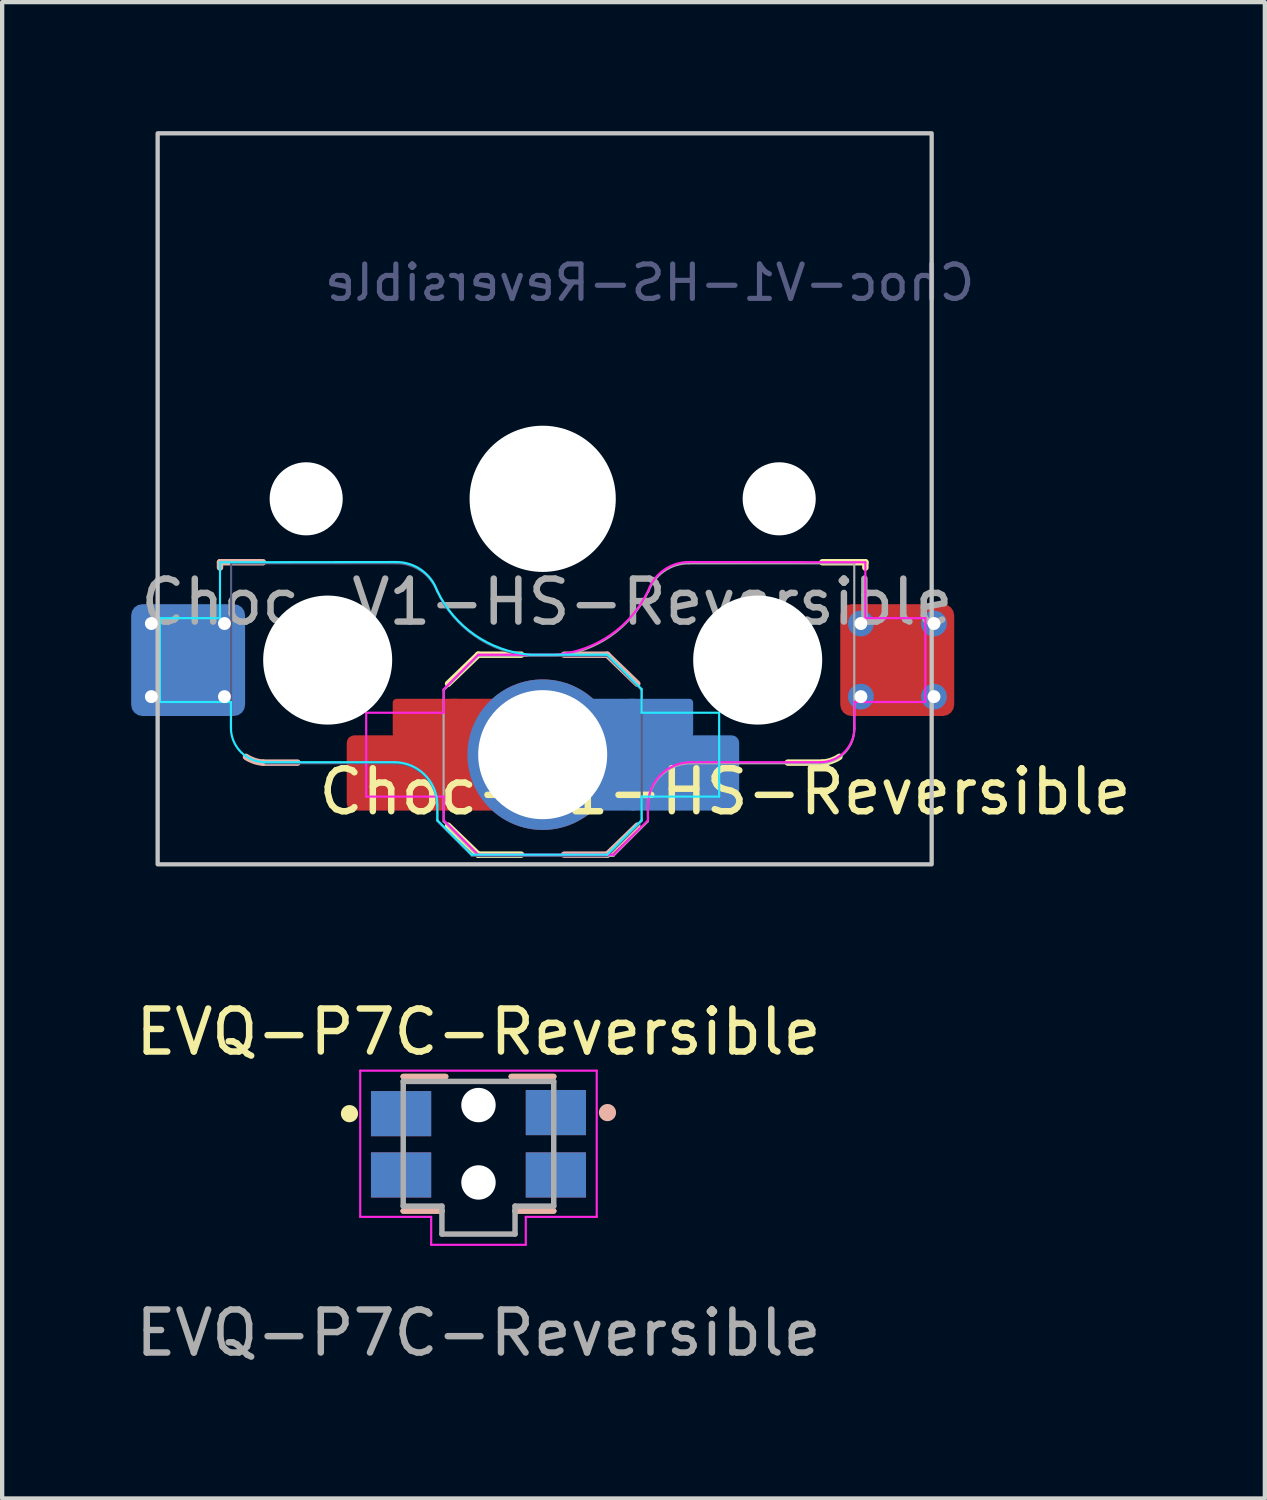
<source format=kicad_pcb>
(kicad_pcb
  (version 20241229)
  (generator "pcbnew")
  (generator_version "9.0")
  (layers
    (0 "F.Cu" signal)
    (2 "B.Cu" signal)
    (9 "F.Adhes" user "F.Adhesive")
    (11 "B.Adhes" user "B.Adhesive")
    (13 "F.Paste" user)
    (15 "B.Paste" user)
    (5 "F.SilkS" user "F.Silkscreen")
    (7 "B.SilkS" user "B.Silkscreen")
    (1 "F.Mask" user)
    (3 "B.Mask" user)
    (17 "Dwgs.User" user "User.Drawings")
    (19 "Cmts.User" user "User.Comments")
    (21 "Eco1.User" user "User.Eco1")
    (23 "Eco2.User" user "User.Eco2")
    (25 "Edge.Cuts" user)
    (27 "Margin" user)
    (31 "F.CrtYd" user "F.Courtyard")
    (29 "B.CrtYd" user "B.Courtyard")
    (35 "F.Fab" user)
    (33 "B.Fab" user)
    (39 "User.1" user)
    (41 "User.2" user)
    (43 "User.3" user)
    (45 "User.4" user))
  (footprint "EVQ-P7C-Reversible"
    (layer "F.Cu")
    (at 8.077 23.548)
    (property "Reference" "EVQ-P7C-Reversible" (at 0 -2.6 0) (unlocked yes) (layer "F.SilkS") (effects (font (size 1 1) (thickness 0.15))))
    (attr smd)
    (fp_line (start -1.75 -1.563) (end -0.763 -1.563) (stroke (width 0.127) (type solid)) (layer "F.SilkS"))
    (fp_line (start -0.85 1.563) (end -1.75 1.563) (stroke (width 0.127) (type solid)) (layer "F.SilkS"))
    (fp_line (start 1.75 -1.563) (end 0.763 -1.563) (stroke (width 0.127) (type solid)) (layer "F.SilkS"))
    (fp_line (start 1.75 1.563) (end 0.85 1.563) (stroke (width 0.127) (type solid)) (layer "F.SilkS"))
    (fp_circle (center -3 -0.7) (end -2.9 -0.7) (stroke (width 0.2) (type solid)) (fill no) (layer "F.SilkS"))
    (fp_line (start -1.75 -1.563) (end -0.763 -1.563) (stroke (width 0.127) (type solid)) (layer "B.SilkS"))
    (fp_line (start -1.75 1.563) (end -0.85 1.563) (stroke (width 0.127) (type solid)) (layer "B.SilkS"))
    (fp_line (start 0.85 1.563) (end 1.75 1.563) (stroke (width 0.127) (type solid)) (layer "B.SilkS"))
    (fp_line (start 1.75 -1.563) (end 0.763 -1.563) (stroke (width 0.127) (type solid)) (layer "B.SilkS"))
    (fp_circle (center 3 -0.725) (end 2.9 -0.725) (stroke (width 0.2) (type solid)) (fill no) (layer "B.SilkS"))
    (fp_line (start -2.75 -1.7) (end 2.75 -1.7) (stroke (width 0.05) (type solid)) (layer "F.CrtYd"))
    (fp_line (start -2.75 1.7) (end -2.75 -1.7) (stroke (width 0.05) (type solid)) (layer "F.CrtYd"))
    (fp_line (start -1.1 1.7) (end -2.75 1.7) (stroke (width 0.05) (type solid)) (layer "F.CrtYd"))
    (fp_line (start -1.1 2.35) (end -1.1 1.7) (stroke (width 0.05) (type solid)) (layer "F.CrtYd"))
    (fp_line (start 1.1 1.7) (end 1.1 2.35) (stroke (width 0.05) (type solid)) (layer "F.CrtYd"))
    (fp_line (start 1.1 2.35) (end -1.1 2.35) (stroke (width 0.05) (type solid)) (layer "F.CrtYd"))
    (fp_line (start 2.75 -1.7) (end 2.75 1.7) (stroke (width 0.05) (type solid)) (layer "F.CrtYd"))
    (fp_line (start 2.75 1.7) (end 1.1 1.7) (stroke (width 0.05) (type solid)) (layer "F.CrtYd"))
    (fp_line (start -1.75 -1.45) (end 1.75 -1.45) (stroke (width 0.127) (type solid)) (layer "F.Fab"))
    (fp_line (start -1.75 1.45) (end -1.75 -1.45) (stroke (width 0.127) (type solid)) (layer "F.Fab"))
    (fp_line (start -0.85 1.45) (end -1.75 1.45) (stroke (width 0.127) (type solid)) (layer "F.Fab"))
    (fp_line (start -0.85 2.1) (end -0.85 1.45) (stroke (width 0.127) (type solid)) (layer "F.Fab"))
    (fp_line (start 0.85 1.45) (end 0.85 2.1) (stroke (width 0.127) (type solid)) (layer "F.Fab"))
    (fp_line (start 0.85 2.1) (end -0.85 2.1) (stroke (width 0.127) (type solid)) (layer "F.Fab"))
    (fp_line (start 1.75 -1.45) (end 1.75 1.45) (stroke (width 0.127) (type solid)) (layer "F.Fab"))
    (fp_line (start 1.75 1.45) (end 0.85 1.45) (stroke (width 0.127) (type solid)) (layer "F.Fab"))
    (fp_text user "${REFERENCE}" (at 0 4.4 0) (unlocked yes) (layer "F.Fab") (effects (font (size 1 1) (thickness 0.15))))
    (pad "" np_thru_hole circle (at 0 -0.9) (size 0.8 0.8) (drill 0.8) (layers "*.Cu" "*.Mask"))
    (pad "" np_thru_hole circle (at 0 0.9) (size 0.8 0.8) (drill 0.8) (layers "*.Cu" "*.Mask"))
    (pad "1" smd rect (at -1.8 -0.7) (size 1.4 1.05) (layers "F.Cu" "F.Mask" "F.Paste"))
    (pad "1" smd rect (at -1.8 -0.7) (size 1.4 1.05) (layers "B.Cu" "B.Mask" "B.Paste"))
    (pad "1" smd rect (at 1.8 -0.725) (size 1.4 1.05) (layers "F.Cu" "F.Mask" "F.Paste"))
    (pad "1" smd rect (at 1.8 -0.725) (size 1.4 1.05) (layers "B.Cu" "B.Mask" "B.Paste"))
    (pad "2" smd rect (at -1.8 0.725) (size 1.4 1.05) (layers "F.Cu" "F.Mask" "F.Paste"))
    (pad "2" smd rect (at -1.8 0.725) (size 1.4 1.05) (layers "B.Cu" "B.Mask" "B.Paste"))
    (pad "2" smd rect (at 1.8 0.725) (size 1.4 1.05) (layers "F.Cu" "F.Mask" "F.Paste"))
    (pad "2" smd rect (at 1.8 0.725) (size 1.4 1.05) (layers "B.Cu" "B.Mask" "B.Paste")))
  (footprint "Choc-V1-HS-Reversible"
    (layer "F.Cu")
    (at 9.57 8.55)
    (property "Reference" "Choc-V1-HS-Reversible" (at 4.24 6.81 0) (unlocked yes) (layer "F.SilkS") (effects (font (size 1 1) (thickness 0.15))))
    (attr through_hole)
    (fp_line (start -2.2 7.6) (end -1.5 8.275) (stroke (width 0.15) (type solid)) (layer "F.SilkS"))
    (fp_line (start -1.5 3.625) (end -2.2 4.3) (stroke (width 0.15) (type solid)) (layer "F.SilkS"))
    (fp_line (start -1.5 3.625) (end -0.5 3.625) (stroke (width 0.15) (type solid)) (layer "F.SilkS"))
    (fp_line (start -1.5 8.275) (end -0.5 8.275) (stroke (width 0.15) (type solid)) (layer "F.SilkS"))
    (fp_line (start 6.502 6.135) (end 5.7 6.135) (stroke (width 0.15) (type default)) (layer "F.SilkS"))
    (fp_line (start 7.504 1.475) (end 6.504 1.475) (stroke (width 0.15) (type solid)) (layer "F.SilkS"))
    (fp_line (start 7.504 1.475) (end 7.504 1.6) (stroke (width 0.15) (type solid)) (layer "F.SilkS"))
    (fp_arc (start 6.899999 5.999999) (mid 6.709776 6.09353) (end 6.501818 6.134591) (stroke (width 0.15) (type solid)) (layer "F.SilkS"))
    (fp_line (start -7.504 1.475) (end -7.504 1.6) (stroke (width 0.15) (type solid)) (layer "B.SilkS"))
    (fp_line (start -7.504 1.475) (end -6.504 1.475) (stroke (width 0.15) (type solid)) (layer "B.SilkS"))
    (fp_line (start -6.502 6.135) (end -5.7 6.135) (stroke (width 0.15) (type default)) (layer "B.SilkS"))
    (fp_line (start 1.5 3.625) (end 0.5 3.625) (stroke (width 0.15) (type solid)) (layer "B.SilkS"))
    (fp_line (start 1.5 3.625) (end 2.2 4.3) (stroke (width 0.15) (type solid)) (layer "B.SilkS"))
    (fp_line (start 1.5 8.275) (end 0.5 8.275) (stroke (width 0.15) (type solid)) (layer "B.SilkS"))
    (fp_line (start 2.2 7.6) (end 1.5 8.275) (stroke (width 0.15) (type solid)) (layer "B.SilkS"))
    (fp_arc (start -6.501818 6.134591) (mid -6.709776 6.09353) (end -6.899999 5.999999) (stroke (width 0.15) (type solid)) (layer "B.SilkS"))
    (fp_poly (pts (xy -8.954 -8.5) (xy 9.046 -8.5) (xy 9.046 8.5) (xy -8.954 8.5)) (stroke (width 0.1) (type default)) (fill no) (layer "Dwgs.User"))
    (fp_line (start -6.95 -6.45) (end -6.95 6.45) (stroke (width 0.05) (type solid)) (layer "Eco2.User"))
    (fp_line (start -6.45 6.95) (end 6.45 6.95) (stroke (width 0.05) (type solid)) (layer "Eco2.User"))
    (fp_line (start 6.45 -6.95) (end -6.45 -6.95) (stroke (width 0.05) (type solid)) (layer "Eco2.User"))
    (fp_line (start 6.95 6.45) (end 6.95 -6.45) (stroke (width 0.05) (type solid)) (layer "Eco2.User"))
    (fp_arc (start -6.95 -6.45) (mid -6.803553 -6.803553) (end -6.45 -6.949998) (stroke (width 0.05) (type solid)) (layer "Eco2.User"))
    (fp_arc (start -6.45 6.95) (mid -6.803553 6.803553) (end -6.949998 6.45) (stroke (width 0.05) (type solid)) (layer "Eco2.User"))
    (fp_arc (start 6.45 -6.95) (mid 6.803553 -6.803553) (end 6.949998 -6.45) (stroke (width 0.05) (type solid)) (layer "Eco2.User"))
    (fp_arc (start 6.95 6.45) (mid 6.803553 6.803553) (end 6.45 6.949998) (stroke (width 0.05) (type solid)) (layer "Eco2.User"))
    (fp_line (start -8.9 2.775) (end -7.504 2.775) (stroke (width 0.05) (type solid)) (layer "B.CrtYd"))
    (fp_line (start -8.9 4.725) (end -8.9 2.775) (stroke (width 0.05) (type solid)) (layer "B.CrtYd"))
    (fp_line (start -7.504 1.475) (end -7.504 2.175) (stroke (width 0.05) (type solid)) (layer "B.CrtYd"))
    (fp_line (start -7.504 1.475) (end -3.4 1.47) (stroke (width 0.05) (type solid)) (layer "B.CrtYd"))
    (fp_line (start -7.504 2.175) (end -7.504 2.775) (stroke (width 0.05) (type solid)) (layer "B.CrtYd"))
    (fp_line (start -7.25 4.725) (end -8.9 4.725) (stroke (width 0.05) (type solid)) (layer "B.CrtYd"))
    (fp_line (start -7.25 5.325) (end -7.25 4.725) (stroke (width 0.05) (type solid)) (layer "B.CrtYd"))
    (fp_line (start -3.45 6.125) (end -6.45 6.125) (stroke (width 0.05) (type solid)) (layer "B.CrtYd"))
    (fp_line (start -2.45 7.475) (end -2.45 7.125) (stroke (width 0.05) (type solid)) (layer "B.CrtYd"))
    (fp_line (start -2.45 7.475) (end -1.65 8.275) (stroke (width 0.05) (type solid)) (layer "B.CrtYd"))
    (fp_line (start 1.5 3.625) (end -0.3 3.625) (stroke (width 0.05) (type solid)) (layer "B.CrtYd"))
    (fp_line (start 1.5 3.625) (end 2.3 4.425) (stroke (width 0.05) (type solid)) (layer "B.CrtYd"))
    (fp_line (start 1.5 8.275) (end -1.65 8.275) (stroke (width 0.05) (type solid)) (layer "B.CrtYd"))
    (fp_line (start 2.3 4.975) (end 2.3 4.425) (stroke (width 0.05) (type solid)) (layer "B.CrtYd"))
    (fp_line (start 2.3 7.475) (end 1.5 8.275) (stroke (width 0.05) (type solid)) (layer "B.CrtYd"))
    (fp_line (start 2.3 7.475) (end 2.3 6.925) (stroke (width 0.05) (type solid)) (layer "B.CrtYd"))
    (fp_line (start 4.104 4.975) (end 2.3 4.975) (stroke (width 0.05) (type solid)) (layer "B.CrtYd"))
    (fp_line (start 4.104 4.975) (end 4.104 6.925) (stroke (width 0.05) (type solid)) (layer "B.CrtYd"))
    (fp_line (start 4.104 6.925) (end 2.3 6.925) (stroke (width 0.05) (type solid)) (layer "B.CrtYd"))
    (fp_arc (start -6.45 6.125) (mid -7.015685 5.890685) (end -7.25 5.325) (stroke (width 0.05) (type solid)) (layer "B.CrtYd"))
    (fp_arc (start -3.45 6.125) (mid -2.742893 6.417893) (end -2.45 7.125) (stroke (width 0.05) (type solid)) (layer "B.CrtYd"))
    (fp_arc (start -3.4 1.470412) (mid -2.82313 1.652554) (end -2.455444 2.13293) (stroke (width 0.05) (type solid)) (layer "B.CrtYd"))
    (fp_arc (start -0.299999 3.624999) (mid -1.577269 3.167233) (end -2.455443 2.13293) (stroke (width 0.05) (type solid)) (layer "B.CrtYd"))
    (fp_line (start -4.104 4.975) (end -4.104 6.925) (stroke (width 0.05) (type solid)) (layer "F.CrtYd"))
    (fp_line (start -4.104 4.975) (end -2.3 4.975) (stroke (width 0.05) (type solid)) (layer "F.CrtYd"))
    (fp_line (start -4.104 6.925) (end -2.3 6.925) (stroke (width 0.05) (type solid)) (layer "F.CrtYd"))
    (fp_line (start -2.3 4.975) (end -2.3 4.425) (stroke (width 0.05) (type solid)) (layer "F.CrtYd"))
    (fp_line (start -2.3 7.475) (end -2.3 6.925) (stroke (width 0.05) (type solid)) (layer "F.CrtYd"))
    (fp_line (start -2.3 7.475) (end -1.5 8.275) (stroke (width 0.05) (type solid)) (layer "F.CrtYd"))
    (fp_line (start -1.5 3.625) (end -2.3 4.425) (stroke (width 0.05) (type solid)) (layer "F.CrtYd"))
    (fp_line (start -1.5 3.625) (end 0.3 3.625) (stroke (width 0.05) (type solid)) (layer "F.CrtYd"))
    (fp_line (start -1.5 8.275) (end 1.65 8.275) (stroke (width 0.05) (type solid)) (layer "F.CrtYd"))
    (fp_line (start 2.45 7.475) (end 1.65 8.275) (stroke (width 0.05) (type solid)) (layer "F.CrtYd"))
    (fp_line (start 2.45 7.475) (end 2.45 7.125) (stroke (width 0.05) (type solid)) (layer "F.CrtYd"))
    (fp_line (start 3.45 6.125) (end 6.45 6.125) (stroke (width 0.05) (type solid)) (layer "F.CrtYd"))
    (fp_line (start 7.25 4.725) (end 8.9 4.725) (stroke (width 0.05) (type solid)) (layer "F.CrtYd"))
    (fp_line (start 7.25 5.325) (end 7.25 4.725) (stroke (width 0.05) (type solid)) (layer "F.CrtYd"))
    (fp_line (start 7.504 1.475) (end 3.4 1.47) (stroke (width 0.05) (type solid)) (layer "F.CrtYd"))
    (fp_line (start 7.504 1.475) (end 7.504 2.175) (stroke (width 0.05) (type solid)) (layer "F.CrtYd"))
    (fp_line (start 7.504 2.175) (end 7.504 2.775) (stroke (width 0.05) (type solid)) (layer "F.CrtYd"))
    (fp_line (start 8.9 2.775) (end 7.504 2.775) (stroke (width 0.05) (type solid)) (layer "F.CrtYd"))
    (fp_line (start 8.9 4.725) (end 8.9 2.775) (stroke (width 0.05) (type solid)) (layer "F.CrtYd"))
    (fp_arc (start 2.45 7.125) (mid 2.742893 6.417893) (end 3.45 6.125) (stroke (width 0.05) (type solid)) (layer "F.CrtYd"))
    (fp_arc (start 2.455443 2.13293) (mid 1.57727 3.167233) (end 0.299999 3.624999) (stroke (width 0.05) (type solid)) (layer "F.CrtYd"))
    (fp_arc (start 2.455444 2.13293) (mid 2.82313 1.652553) (end 3.4 1.470412) (stroke (width 0.05) (type solid)) (layer "F.CrtYd"))
    (fp_arc (start 7.25 5.325) (mid 7.015685 5.890685) (end 6.45 6.125) (stroke (width 0.05) (type solid)) (layer "F.CrtYd"))
    (fp_line (start -7.246 1.5) (end -3.396 1.5) (stroke (width 0.05) (type solid)) (layer "B.Fab"))
    (fp_line (start -7.246 5.35) (end -7.246 1.5) (stroke (width 0.05) (type solid)) (layer "B.Fab"))
    (fp_line (start -3.446 6.15) (end -6.446 6.15) (stroke (width 0.05) (type solid)) (layer "B.Fab"))
    (fp_line (start -2.446 7.5) (end -2.446 7.15) (stroke (width 0.05) (type solid)) (layer "B.Fab"))
    (fp_line (start -2.446 7.5) (end -1.646 8.3) (stroke (width 0.05) (type solid)) (layer "B.Fab"))
    (fp_line (start 1.504 3.65) (end -0.296 3.65) (stroke (width 0.05) (type solid)) (layer "B.Fab"))
    (fp_line (start 1.504 3.65) (end 2.304 4.45) (stroke (width 0.05) (type solid)) (layer "B.Fab"))
    (fp_line (start 1.504 8.3) (end -1.646 8.3) (stroke (width 0.05) (type solid)) (layer "B.Fab"))
    (fp_line (start 1.504 8.3) (end -1.646 8.3) (stroke (width 0.05) (type solid)) (layer "B.Fab"))
    (fp_line (start 2.304 7.5) (end 1.504 8.3) (stroke (width 0.05) (type solid)) (layer "B.Fab"))
    (fp_line (start 2.304 7.5) (end 2.304 4.45) (stroke (width 0.05) (type solid)) (layer "B.Fab"))
    (fp_arc (start -3.446 6.15) (mid -2.738893 6.442893) (end -2.446 7.15) (stroke (width 0.05) (type solid)) (layer "B.Fab"))
    (fp_arc (start -3.395998 1.5) (mid -2.822423 1.680849) (end -2.456307 2.15798) (stroke (width 0.05) (type solid)) (layer "B.Fab"))
    (fp_arc (start -0.295999 3.649999) (mid -1.573271 3.192233) (end -2.451444 2.15793) (stroke (width 0.05) (type solid)) (layer "B.Fab"))
    (fp_line (start -2.304 7.5) (end -2.304 4.45) (stroke (width 0.05) (type solid)) (layer "F.Fab"))
    (fp_line (start -2.304 7.5) (end -1.504 8.3) (stroke (width 0.05) (type solid)) (layer "F.Fab"))
    (fp_line (start -1.504 3.65) (end -2.304 4.45) (stroke (width 0.05) (type solid)) (layer "F.Fab"))
    (fp_line (start -1.504 3.65) (end 0.296 3.65) (stroke (width 0.05) (type solid)) (layer "F.Fab"))
    (fp_line (start -1.504 8.3) (end 1.646 8.3) (stroke (width 0.05) (type solid)) (layer "F.Fab"))
    (fp_line (start -1.504 8.3) (end 1.646 8.3) (stroke (width 0.05) (type solid)) (layer "F.Fab"))
    (fp_line (start 2.446 7.5) (end 1.646 8.3) (stroke (width 0.05) (type solid)) (layer "F.Fab"))
    (fp_line (start 2.446 7.5) (end 2.446 7.15) (stroke (width 0.05) (type solid)) (layer "F.Fab"))
    (fp_line (start 3.446 6.15) (end 6.446 6.15) (stroke (width 0.05) (type solid)) (layer "F.Fab"))
    (fp_line (start 7.246 1.5) (end 3.396 1.5) (stroke (width 0.05) (type solid)) (layer "F.Fab"))
    (fp_line (start 7.246 5.35) (end 7.246 1.5) (stroke (width 0.05) (type solid)) (layer "F.Fab"))
    (fp_arc (start 2.446 7.15) (mid 2.738893 6.442893) (end 3.446 6.15) (stroke (width 0.05) (type solid)) (layer "F.Fab"))
    (fp_arc (start 2.451444 2.15793) (mid 1.573271 3.192233) (end 0.295999 3.649999) (stroke (width 0.05) (type solid)) (layer "F.Fab"))
    (fp_arc (start 2.456307 2.15798) (mid 2.822422 1.680848) (end 3.395998 1.5) (stroke (width 0.05) (type solid)) (layer "F.Fab"))
    (fp_arc (start 7.246 5.35) (mid 7.011685 5.915685) (end 6.446 6.15) (stroke (width 0.05) (type solid)) (layer "F.Fab"))
    (fp_text user "${REFERENCE}" (at 2.49 -5.025 0) (layer "B.Fab") (effects (font (size 0.8 0.8) (thickness 0.12)) (justify mirror)))
    (fp_text user "${REFERENCE}" (at 0.1 2.4 0) (unlocked yes) (layer "F.Fab") (effects (font (size 1 1) (thickness 0.15))))
    (pad "" np_thru_hole circle (at -5.5 0 180) (size 1.7 1.7) (drill 1.7) (layers "*.Cu" "*.Mask"))
    (pad "" np_thru_hole circle (at -5 3.75) (size 3 3) (drill 3) (layers "*.Cu" "*.Mask"))
    (pad "" np_thru_hole circle (at 0 0) (size 3.4 3.4) (drill 3.4) (layers "*.Cu" "*.Mask"))
    (pad "" np_thru_hole circle (at 5 3.75) (size 3 3) (drill 3) (layers "*.Cu" "*.Mask"))
    (pad "" np_thru_hole circle (at 5.5 0 180) (size 1.7 1.7) (drill 1.7) (layers "*.Cu" "*.Mask"))
    (pad "1" smd roundrect (at -3.232 6.375) (size 2.65 1.75) (layers "F.Cu" "F.Mask" "F.Paste") (roundrect_rratio 0.1))
    (pad "1" smd roundrect (at -2.7 5.1) (size 1.575 0.9) (layers "F.Cu" "F.Mask" "F.Paste") (roundrect_rratio 0.1))
    (pad "1" smd rect (at -1.538 5.95 180) (size 1.2 2.6) (layers "F.Cu"))
    (pad "1" thru_hole circle (at 0 5.95) (size 3.5 3.5) (drill 3) (layers "*.Cu" "B.Mask"))
    (pad "1" smd rect (at 1.55 5.95 180) (size 1.2 2.6) (layers "B.Cu"))
    (pad "1" smd roundrect (at 2.712 5.1) (size 1.575 0.9) (layers "B.Cu" "B.Mask" "B.Paste") (roundrect_rratio 0.1))
    (pad "1" smd roundrect (at 3.245 6.375) (size 2.65 1.75) (layers "B.Cu" "B.Mask" "B.Paste") (roundrect_rratio 0.1))
    (pad "2" thru_hole circle (at -9.1 2.9 180) (size 0.6 0.6) (drill 0.3) (layers "*.Cu" "B.Mask"))
    (pad "2" thru_hole circle (at -9.1 4.6 180) (size 0.6 0.6) (drill 0.3) (layers "*.Cu" "B.Mask"))
    (pad "2" smd roundrect (at -8.245 3.75) (size 2.65 2.6) (layers "B.Cu" "B.Mask") (roundrect_rratio 0.1))
    (pad "2" thru_hole circle (at -7.4 2.9 180) (size 0.6 0.6) (drill 0.3) (layers "*.Cu" "B.Mask"))
    (pad "2" thru_hole circle (at -7.4 4.6 180) (size 0.6 0.6) (drill 0.3) (layers "*.Cu" "B.Mask"))
    (pad "2" thru_hole circle (at 7.4 2.9 180) (size 0.6 0.6) (drill 0.3) (layers "*.Cu" "F.Mask"))
    (pad "2" thru_hole circle (at 7.4 4.6 180) (size 0.6 0.6) (drill 0.3) (layers "*.Cu" "F.Mask"))
    (pad "2" smd roundrect (at 8.245 3.75) (size 2.65 2.6) (layers "F.Cu" "F.Mask") (roundrect_rratio 0.1))
    (pad "2" thru_hole circle (at 9.1 2.9 180) (size 0.6 0.6) (drill 0.3) (layers "*.Cu" "F.Mask"))
    (pad "2" thru_hole circle (at 9.1 4.6 180) (size 0.6 0.6) (drill 0.3) (layers "*.Cu" "F.Mask")))
  (gr_rect
    (start -3 -3)
    (end 26.364 31.797)
    (stroke (width 0.1) (type default))
    (fill no)
    (layer "Edge.Cuts")))
</source>
